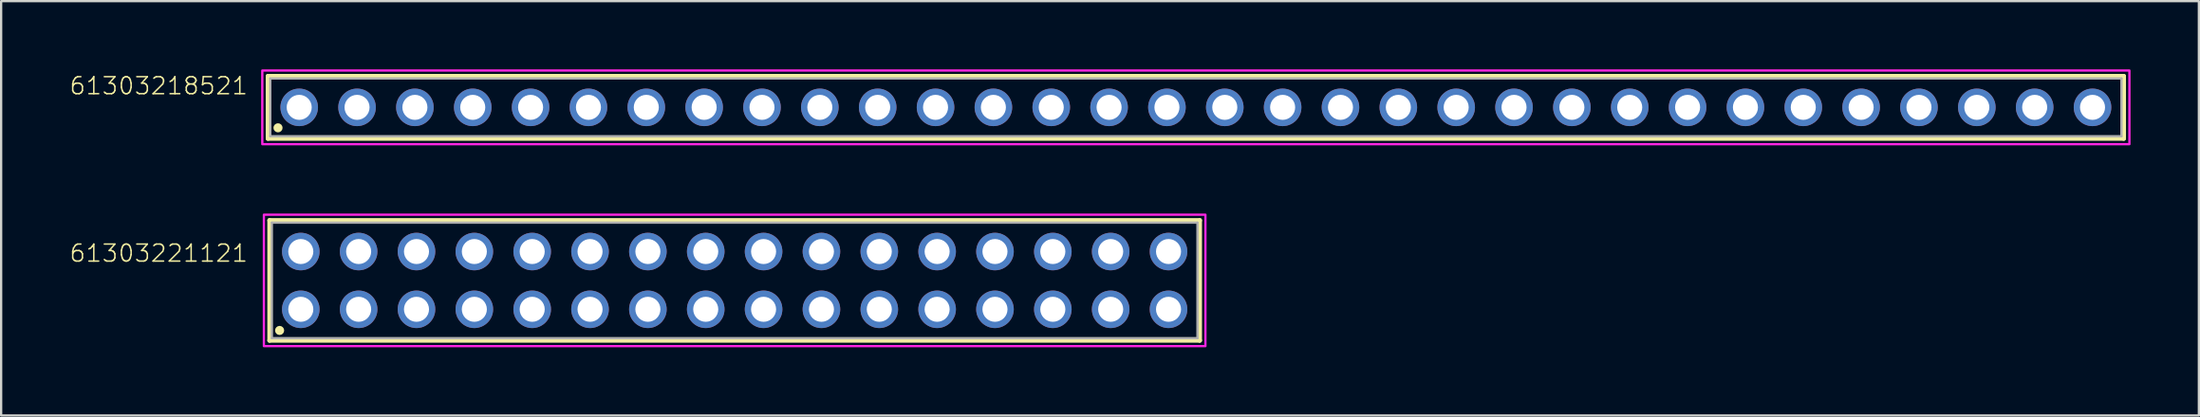
<source format=kicad_pcb>
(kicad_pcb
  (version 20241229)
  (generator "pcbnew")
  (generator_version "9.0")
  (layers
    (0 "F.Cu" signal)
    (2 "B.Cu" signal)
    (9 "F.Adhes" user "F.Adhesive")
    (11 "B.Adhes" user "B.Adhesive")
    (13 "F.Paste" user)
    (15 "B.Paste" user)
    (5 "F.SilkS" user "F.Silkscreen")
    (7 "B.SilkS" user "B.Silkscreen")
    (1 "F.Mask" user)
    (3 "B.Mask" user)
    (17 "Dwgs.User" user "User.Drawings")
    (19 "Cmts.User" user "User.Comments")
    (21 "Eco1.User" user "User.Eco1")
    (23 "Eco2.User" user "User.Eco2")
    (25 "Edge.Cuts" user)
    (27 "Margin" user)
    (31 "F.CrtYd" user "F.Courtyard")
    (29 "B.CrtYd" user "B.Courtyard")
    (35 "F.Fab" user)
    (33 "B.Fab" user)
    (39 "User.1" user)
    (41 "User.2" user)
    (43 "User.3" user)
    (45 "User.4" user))
  (footprint "61303221121"
    (layer "F.Cu")
    (at 29.207 9.28)
    (property "Reference" "61303221121" (at -21.328 -0.756 0) (unlocked yes) (layer "F.SilkS") (effects (font (size 0.748 0.748) (thickness 0.065)) (justify right bottom)))
    (fp_line (start -20.42 -2.64) (end 20.42 -2.64) (stroke (width 0.2) (type solid)) (layer "F.SilkS"))
    (fp_line (start -20.42 2.64) (end -20.42 -2.64) (stroke (width 0.2) (type solid)) (layer "F.SilkS"))
    (fp_line (start 20.42 -2.64) (end 20.42 2.64) (stroke (width 0.2) (type solid)) (layer "F.SilkS"))
    (fp_line (start 20.42 2.64) (end -20.42 2.64) (stroke (width 0.2) (type solid)) (layer "F.SilkS"))
    (fp_circle (center -19.98 2.2) (end -19.88 2.2) (stroke (width 0.2) (type solid)) (fill no) (layer "F.SilkS"))
    (fp_poly (pts (xy 20.67 2.89) (xy -20.67 2.89) (xy -20.67 -2.89) (xy 20.67 -2.89)) (stroke (width 0.1) (type default)) (fill no) (layer "F.CrtYd"))
    (fp_line (start -20.32 -2.54) (end 20.32 -2.54) (stroke (width 0.1) (type solid)) (layer "F.Fab"))
    (fp_line (start -20.32 2.54) (end -20.32 -2.54) (stroke (width 0.1) (type solid)) (layer "F.Fab"))
    (fp_line (start 20.32 -2.54) (end 20.32 2.54) (stroke (width 0.1) (type solid)) (layer "F.Fab"))
    (fp_line (start 20.32 2.54) (end -20.32 2.54) (stroke (width 0.1) (type solid)) (layer "F.Fab"))
    (pad "1" thru_hole circle (at -19.05 1.27 90) (size 1.65 1.65) (drill 1.1) (layers "*.Cu" "*.Mask"))
    (pad "2" thru_hole circle (at -19.05 -1.27 270) (size 1.65 1.65) (drill 1.1) (layers "*.Cu" "*.Mask"))
    (pad "3" thru_hole circle (at -16.51 1.27 90) (size 1.65 1.65) (drill 1.1) (layers "*.Cu" "*.Mask"))
    (pad "4" thru_hole circle (at -16.51 -1.27 270) (size 1.65 1.65) (drill 1.1) (layers "*.Cu" "*.Mask"))
    (pad "5" thru_hole circle (at -13.97 1.27 90) (size 1.65 1.65) (drill 1.1) (layers "*.Cu" "*.Mask"))
    (pad "6" thru_hole circle (at -13.97 -1.27 270) (size 1.65 1.65) (drill 1.1) (layers "*.Cu" "*.Mask"))
    (pad "7" thru_hole circle (at -11.43 1.27 90) (size 1.65 1.65) (drill 1.1) (layers "*.Cu" "*.Mask"))
    (pad "8" thru_hole circle (at -11.43 -1.27 270) (size 1.65 1.65) (drill 1.1) (layers "*.Cu" "*.Mask"))
    (pad "9" thru_hole circle (at -8.89 1.27 90) (size 1.65 1.65) (drill 1.1) (layers "*.Cu" "*.Mask"))
    (pad "10" thru_hole circle (at -8.89 -1.27 270) (size 1.65 1.65) (drill 1.1) (layers "*.Cu" "*.Mask"))
    (pad "11" thru_hole circle (at -6.35 1.27 90) (size 1.65 1.65) (drill 1.1) (layers "*.Cu" "*.Mask"))
    (pad "12" thru_hole circle (at -6.35 -1.27 270) (size 1.65 1.65) (drill 1.1) (layers "*.Cu" "*.Mask"))
    (pad "13" thru_hole circle (at -3.81 1.27 90) (size 1.65 1.65) (drill 1.1) (layers "*.Cu" "*.Mask"))
    (pad "14" thru_hole circle (at -3.81 -1.27 270) (size 1.65 1.65) (drill 1.1) (layers "*.Cu" "*.Mask"))
    (pad "15" thru_hole circle (at -1.27 1.27 90) (size 1.65 1.65) (drill 1.1) (layers "*.Cu" "*.Mask"))
    (pad "16" thru_hole circle (at -1.27 -1.27 270) (size 1.65 1.65) (drill 1.1) (layers "*.Cu" "*.Mask"))
    (pad "17" thru_hole circle (at 1.27 1.27 90) (size 1.65 1.65) (drill 1.1) (layers "*.Cu" "*.Mask"))
    (pad "18" thru_hole circle (at 1.27 -1.27 270) (size 1.65 1.65) (drill 1.1) (layers "*.Cu" "*.Mask"))
    (pad "19" thru_hole circle (at 3.81 1.27 90) (size 1.65 1.65) (drill 1.1) (layers "*.Cu" "*.Mask"))
    (pad "20" thru_hole circle (at 3.81 -1.27 270) (size 1.65 1.65) (drill 1.1) (layers "*.Cu" "*.Mask"))
    (pad "21" thru_hole circle (at 6.35 1.27 90) (size 1.65 1.65) (drill 1.1) (layers "*.Cu" "*.Mask"))
    (pad "22" thru_hole circle (at 6.35 -1.27 270) (size 1.65 1.65) (drill 1.1) (layers "*.Cu" "*.Mask"))
    (pad "23" thru_hole circle (at 8.89 1.27 90) (size 1.65 1.65) (drill 1.1) (layers "*.Cu" "*.Mask"))
    (pad "24" thru_hole circle (at 8.89 -1.27 270) (size 1.65 1.65) (drill 1.1) (layers "*.Cu" "*.Mask"))
    (pad "25" thru_hole circle (at 11.43 1.27 90) (size 1.65 1.65) (drill 1.1) (layers "*.Cu" "*.Mask"))
    (pad "26" thru_hole circle (at 11.43 -1.27 270) (size 1.65 1.65) (drill 1.1) (layers "*.Cu" "*.Mask"))
    (pad "27" thru_hole circle (at 13.97 1.27 90) (size 1.65 1.65) (drill 1.1) (layers "*.Cu" "*.Mask"))
    (pad "28" thru_hole circle (at 13.97 -1.27 270) (size 1.65 1.65) (drill 1.1) (layers "*.Cu" "*.Mask"))
    (pad "29" thru_hole circle (at 16.51 1.27 90) (size 1.65 1.65) (drill 1.1) (layers "*.Cu" "*.Mask"))
    (pad "30" thru_hole circle (at 16.51 -1.27 270) (size 1.65 1.65) (drill 1.1) (layers "*.Cu" "*.Mask"))
    (pad "31" thru_hole circle (at 19.05 1.27 90) (size 1.65 1.65) (drill 1.1) (layers "*.Cu" "*.Mask"))
    (pad "32" thru_hole circle (at 19.05 -1.27 270) (size 1.65 1.65) (drill 1.1) (layers "*.Cu" "*.Mask")))
  (footprint "61303218521"
    (layer "F.Cu")
    (at 49.457 1.67)
    (property "Reference" "61303218521" (at -41.578 -0.506 0) (unlocked yes) (layer "F.SilkS") (effects (font (size 0.748 0.748) (thickness 0.065)) (justify right bottom)))
    (fp_line (start -40.74 -1.37) (end 40.74 -1.37) (stroke (width 0.2) (type solid)) (layer "F.SilkS"))
    (fp_line (start -40.74 1.37) (end -40.74 -1.37) (stroke (width 0.2) (type solid)) (layer "F.SilkS"))
    (fp_line (start 40.74 -1.37) (end 40.74 1.37) (stroke (width 0.2) (type solid)) (layer "F.SilkS"))
    (fp_line (start 40.74 1.37) (end -40.74 1.37) (stroke (width 0.2) (type solid)) (layer "F.SilkS"))
    (fp_circle (center -40.3 0.9) (end -40.2 0.9) (stroke (width 0.2) (type solid)) (fill no) (layer "F.SilkS"))
    (fp_poly (pts (xy 40.99 1.62) (xy -40.99 1.62) (xy -40.99 -1.62) (xy 40.99 -1.62)) (stroke (width 0.1) (type default)) (fill no) (layer "F.CrtYd"))
    (fp_line (start -40.64 -1.27) (end 40.64 -1.27) (stroke (width 0.1) (type solid)) (layer "F.Fab"))
    (fp_line (start -40.64 1.27) (end -40.64 -1.27) (stroke (width 0.1) (type solid)) (layer "F.Fab"))
    (fp_line (start 40.64 -1.27) (end 40.64 1.27) (stroke (width 0.1) (type solid)) (layer "F.Fab"))
    (fp_line (start 40.64 1.27) (end -40.64 1.27) (stroke (width 0.1) (type solid)) (layer "F.Fab"))
    (pad "1" thru_hole circle (at -39.37 0) (size 1.65 1.65) (drill 1.1) (layers "*.Cu" "*.Mask"))
    (pad "2" thru_hole circle (at -36.83 0) (size 1.65 1.65) (drill 1.1) (layers "*.Cu" "*.Mask"))
    (pad "3" thru_hole circle (at -34.29 0) (size 1.65 1.65) (drill 1.1) (layers "*.Cu" "*.Mask"))
    (pad "4" thru_hole circle (at -31.75 0) (size 1.65 1.65) (drill 1.1) (layers "*.Cu" "*.Mask"))
    (pad "5" thru_hole circle (at -29.21 0) (size 1.65 1.65) (drill 1.1) (layers "*.Cu" "*.Mask"))
    (pad "6" thru_hole circle (at -26.67 0) (size 1.65 1.65) (drill 1.1) (layers "*.Cu" "*.Mask"))
    (pad "7" thru_hole circle (at -24.13 0) (size 1.65 1.65) (drill 1.1) (layers "*.Cu" "*.Mask"))
    (pad "8" thru_hole circle (at -21.59 0) (size 1.65 1.65) (drill 1.1) (layers "*.Cu" "*.Mask"))
    (pad "9" thru_hole circle (at -19.05 0) (size 1.65 1.65) (drill 1.1) (layers "*.Cu" "*.Mask"))
    (pad "10" thru_hole circle (at -16.51 0) (size 1.65 1.65) (drill 1.1) (layers "*.Cu" "*.Mask"))
    (pad "11" thru_hole circle (at -13.97 0) (size 1.65 1.65) (drill 1.1) (layers "*.Cu" "*.Mask"))
    (pad "12" thru_hole circle (at -11.43 0) (size 1.65 1.65) (drill 1.1) (layers "*.Cu" "*.Mask"))
    (pad "13" thru_hole circle (at -8.89 0) (size 1.65 1.65) (drill 1.1) (layers "*.Cu" "*.Mask"))
    (pad "14" thru_hole circle (at -6.35 0) (size 1.65 1.65) (drill 1.1) (layers "*.Cu" "*.Mask"))
    (pad "15" thru_hole circle (at -3.81 0) (size 1.65 1.65) (drill 1.1) (layers "*.Cu" "*.Mask"))
    (pad "16" thru_hole circle (at -1.27 0) (size 1.65 1.65) (drill 1.1) (layers "*.Cu" "*.Mask"))
    (pad "17" thru_hole circle (at 1.27 0) (size 1.65 1.65) (drill 1.1) (layers "*.Cu" "*.Mask"))
    (pad "18" thru_hole circle (at 3.81 0) (size 1.65 1.65) (drill 1.1) (layers "*.Cu" "*.Mask"))
    (pad "19" thru_hole circle (at 6.35 0) (size 1.65 1.65) (drill 1.1) (layers "*.Cu" "*.Mask"))
    (pad "20" thru_hole circle (at 8.89 0) (size 1.65 1.65) (drill 1.1) (layers "*.Cu" "*.Mask"))
    (pad "21" thru_hole circle (at 11.43 0) (size 1.65 1.65) (drill 1.1) (layers "*.Cu" "*.Mask"))
    (pad "22" thru_hole circle (at 13.97 0) (size 1.65 1.65) (drill 1.1) (layers "*.Cu" "*.Mask"))
    (pad "23" thru_hole circle (at 16.51 0) (size 1.65 1.65) (drill 1.1) (layers "*.Cu" "*.Mask"))
    (pad "24" thru_hole circle (at 19.05 0) (size 1.65 1.65) (drill 1.1) (layers "*.Cu" "*.Mask"))
    (pad "25" thru_hole circle (at 21.59 0) (size 1.65 1.65) (drill 1.1) (layers "*.Cu" "*.Mask"))
    (pad "26" thru_hole circle (at 24.13 0) (size 1.65 1.65) (drill 1.1) (layers "*.Cu" "*.Mask"))
    (pad "27" thru_hole circle (at 26.67 0) (size 1.65 1.65) (drill 1.1) (layers "*.Cu" "*.Mask"))
    (pad "28" thru_hole circle (at 29.21 0) (size 1.65 1.65) (drill 1.1) (layers "*.Cu" "*.Mask"))
    (pad "29" thru_hole circle (at 31.75 0) (size 1.65 1.65) (drill 1.1) (layers "*.Cu" "*.Mask"))
    (pad "30" thru_hole circle (at 34.29 0) (size 1.65 1.65) (drill 1.1) (layers "*.Cu" "*.Mask"))
    (pad "31" thru_hole circle (at 36.83 0) (size 1.65 1.65) (drill 1.1) (layers "*.Cu" "*.Mask"))
    (pad "32" thru_hole circle (at 39.37 0) (size 1.65 1.65) (drill 1.1) (layers "*.Cu" "*.Mask")))
  (gr_rect
    (start -3 -3)
    (end 93.497 15.22)
    (stroke (width 0.1) (type default))
    (fill no)
    (layer "Edge.Cuts")))
</source>
